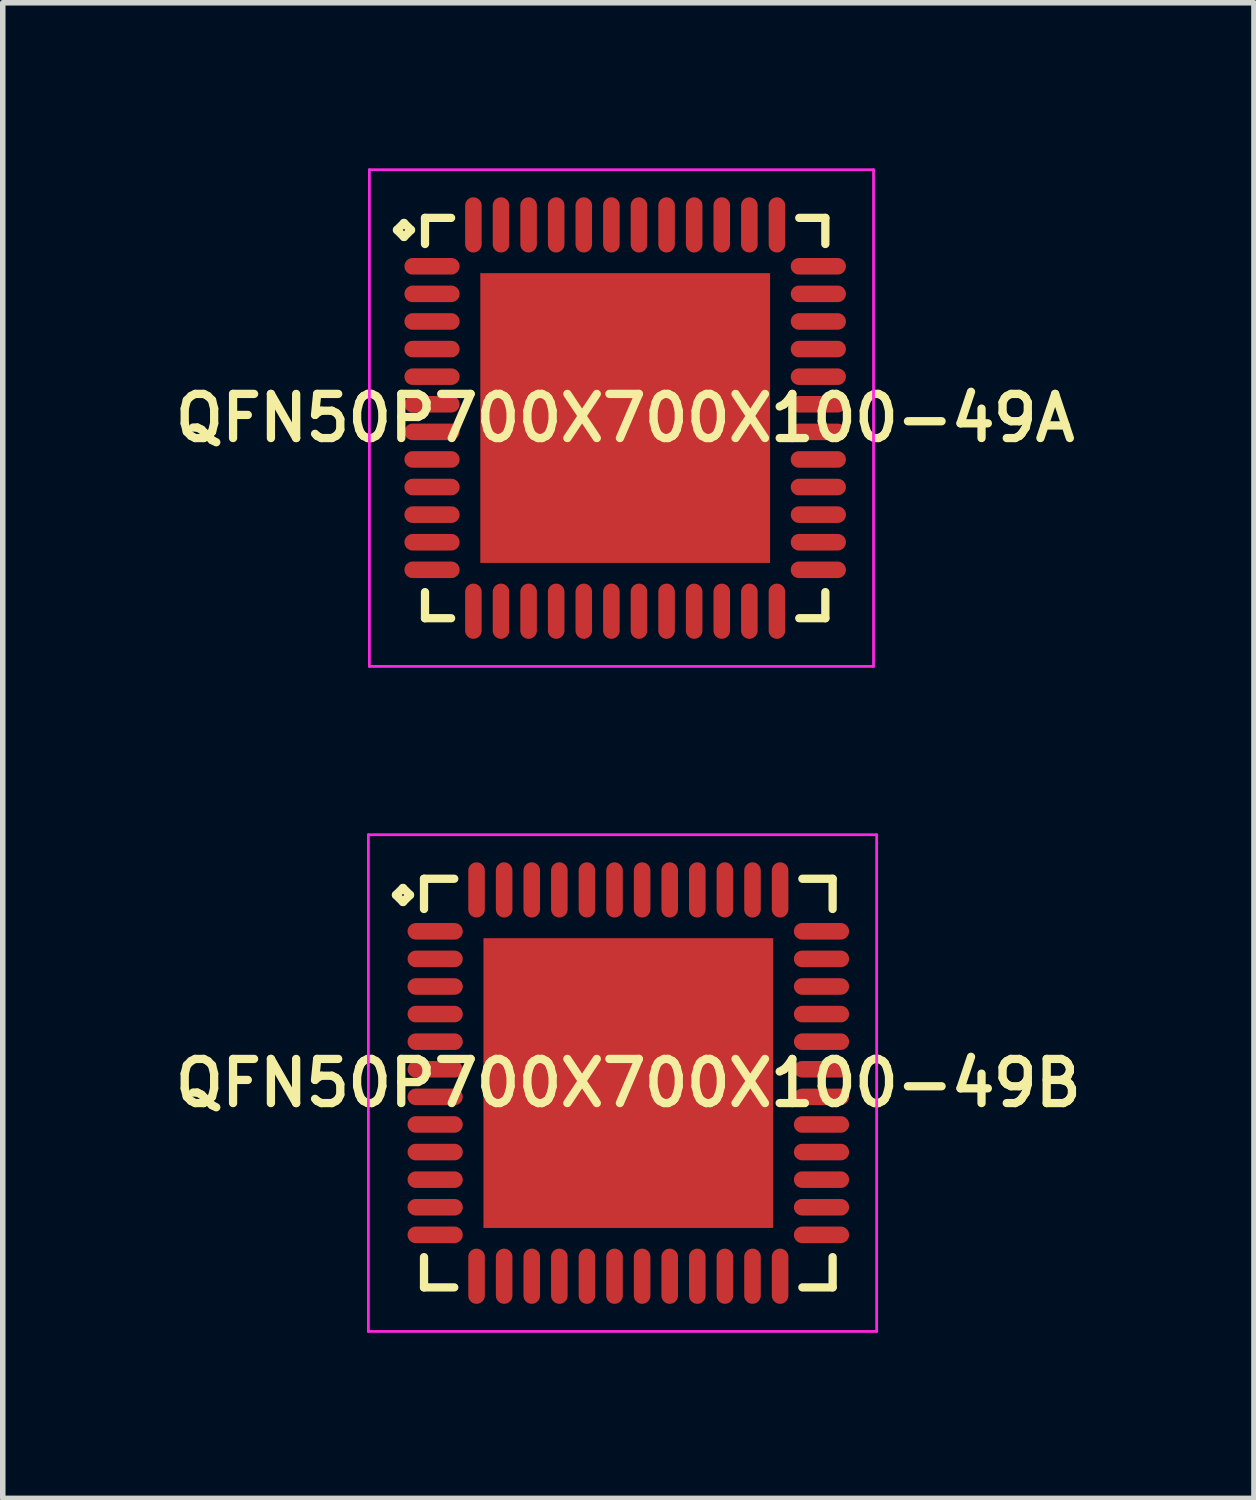
<source format=kicad_pcb>
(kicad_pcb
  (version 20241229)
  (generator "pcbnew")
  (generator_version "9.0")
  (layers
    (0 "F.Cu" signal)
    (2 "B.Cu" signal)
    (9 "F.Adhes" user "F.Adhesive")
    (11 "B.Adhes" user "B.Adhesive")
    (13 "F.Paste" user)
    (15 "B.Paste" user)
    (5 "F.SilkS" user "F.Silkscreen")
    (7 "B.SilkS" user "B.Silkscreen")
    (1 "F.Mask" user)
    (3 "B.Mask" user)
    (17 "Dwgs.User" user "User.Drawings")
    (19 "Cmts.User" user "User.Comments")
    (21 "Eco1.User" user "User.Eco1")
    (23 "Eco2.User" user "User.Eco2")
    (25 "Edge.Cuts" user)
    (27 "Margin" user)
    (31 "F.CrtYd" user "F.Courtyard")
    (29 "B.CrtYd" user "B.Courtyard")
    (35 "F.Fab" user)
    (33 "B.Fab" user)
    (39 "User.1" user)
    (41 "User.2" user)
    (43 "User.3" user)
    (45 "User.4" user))
  (footprint "QFN50P700X700X100-49A"
    (layer "F.Cu")
    (at 8.278 4.525)
    (property "Reference" "QFN50P700X700X100-49A" (at 0 0 0) (layer "F.SilkS") (effects (font (size 0.8 0.8) (thickness 0.15))))
    (attr smd)
    (fp_line (start -4.135 -3.408) (end -4.008 -3.535) (stroke (width 0.15) (type solid)) (layer "F.SilkS"))
    (fp_line (start -4.008 -3.535) (end -3.881 -3.408) (stroke (width 0.15) (type solid)) (layer "F.SilkS"))
    (fp_line (start -4.008 -3.281) (end -4.135 -3.408) (stroke (width 0.15) (type solid)) (layer "F.SilkS"))
    (fp_line (start -3.881 -3.408) (end -4.008 -3.281) (stroke (width 0.15) (type solid)) (layer "F.SilkS"))
    (fp_line (start -3.627 -3.627) (end -3.154 -3.627) (stroke (width 0.15) (type solid)) (layer "F.SilkS"))
    (fp_line (start -3.627 -3.154) (end -3.627 -3.627) (stroke (width 0.15) (type solid)) (layer "F.SilkS"))
    (fp_line (start -3.627 3.154) (end -3.627 3.627) (stroke (width 0.15) (type solid)) (layer "F.SilkS"))
    (fp_line (start -3.627 3.627) (end -3.154 3.627) (stroke (width 0.15) (type solid)) (layer "F.SilkS"))
    (fp_line (start 3.154 -3.627) (end 3.627 -3.627) (stroke (width 0.15) (type solid)) (layer "F.SilkS"))
    (fp_line (start 3.154 3.627) (end 3.627 3.627) (stroke (width 0.15) (type solid)) (layer "F.SilkS"))
    (fp_line (start 3.627 -3.627) (end 3.627 -3.154) (stroke (width 0.15) (type solid)) (layer "F.SilkS"))
    (fp_line (start 3.627 3.627) (end 3.627 3.154) (stroke (width 0.15) (type solid)) (layer "F.SilkS"))
    (fp_line (start -4.635 -4.5) (end 4.5 -4.5) (stroke (width 0.05) (type solid)) (layer "F.CrtYd"))
    (fp_line (start -4.635 4.5) (end -4.635 -4.5) (stroke (width 0.05) (type solid)) (layer "F.CrtYd"))
    (fp_line (start 4.5 -4.5) (end 4.5 4.5) (stroke (width 0.05) (type solid)) (layer "F.CrtYd"))
    (fp_line (start 4.5 4.5) (end -4.635 4.5) (stroke (width 0.05) (type solid)) (layer "F.CrtYd"))
    (pad "1" smd oval (at -3.5 -2.75) (size 1 0.3) (layers "F.Cu" "F.Mask" "F.Paste"))
    (pad "2" smd oval (at -3.5 -2.25) (size 1 0.3) (layers "F.Cu" "F.Mask" "F.Paste"))
    (pad "3" smd oval (at -3.5 -1.75) (size 1 0.3) (layers "F.Cu" "F.Mask" "F.Paste"))
    (pad "4" smd oval (at -3.5 -1.25) (size 1 0.3) (layers "F.Cu" "F.Mask" "F.Paste"))
    (pad "5" smd oval (at -3.5 -0.75) (size 1 0.3) (layers "F.Cu" "F.Mask" "F.Paste"))
    (pad "6" smd oval (at -3.5 -0.25) (size 1 0.3) (layers "F.Cu" "F.Mask" "F.Paste"))
    (pad "7" smd oval (at -3.5 0.25) (size 1 0.3) (layers "F.Cu" "F.Mask" "F.Paste"))
    (pad "8" smd oval (at -3.5 0.75) (size 1 0.3) (layers "F.Cu" "F.Mask" "F.Paste"))
    (pad "9" smd oval (at -3.5 1.25) (size 1 0.3) (layers "F.Cu" "F.Mask" "F.Paste"))
    (pad "10" smd oval (at -3.5 1.75) (size 1 0.3) (layers "F.Cu" "F.Mask" "F.Paste"))
    (pad "11" smd oval (at -3.5 2.25) (size 1 0.3) (layers "F.Cu" "F.Mask" "F.Paste"))
    (pad "12" smd oval (at -3.5 2.75) (size 1 0.3) (layers "F.Cu" "F.Mask" "F.Paste"))
    (pad "13" smd oval (at -2.75 3.5) (size 0.3 1) (layers "F.Cu" "F.Mask" "F.Paste"))
    (pad "14" smd oval (at -2.25 3.5) (size 0.3 1) (layers "F.Cu" "F.Mask" "F.Paste"))
    (pad "15" smd oval (at -1.75 3.5) (size 0.3 1) (layers "F.Cu" "F.Mask" "F.Paste"))
    (pad "16" smd oval (at -1.25 3.5) (size 0.3 1) (layers "F.Cu" "F.Mask" "F.Paste"))
    (pad "17" smd oval (at -0.75 3.5) (size 0.3 1) (layers "F.Cu" "F.Mask" "F.Paste"))
    (pad "18" smd oval (at -0.25 3.5) (size 0.3 1) (layers "F.Cu" "F.Mask" "F.Paste"))
    (pad "19" smd oval (at 0.25 3.5) (size 0.3 1) (layers "F.Cu" "F.Mask" "F.Paste"))
    (pad "20" smd oval (at 0.75 3.5) (size 0.3 1) (layers "F.Cu" "F.Mask" "F.Paste"))
    (pad "21" smd oval (at 1.25 3.5) (size 0.3 1) (layers "F.Cu" "F.Mask" "F.Paste"))
    (pad "22" smd oval (at 1.75 3.5) (size 0.3 1) (layers "F.Cu" "F.Mask" "F.Paste"))
    (pad "23" smd oval (at 2.25 3.5) (size 0.3 1) (layers "F.Cu" "F.Mask" "F.Paste"))
    (pad "24" smd oval (at 2.75 3.5) (size 0.3 1) (layers "F.Cu" "F.Mask" "F.Paste"))
    (pad "25" smd oval (at 3.5 2.75) (size 1 0.3) (layers "F.Cu" "F.Mask" "F.Paste"))
    (pad "26" smd oval (at 3.5 2.25) (size 1 0.3) (layers "F.Cu" "F.Mask" "F.Paste"))
    (pad "27" smd oval (at 3.5 1.75) (size 1 0.3) (layers "F.Cu" "F.Mask" "F.Paste"))
    (pad "28" smd oval (at 3.5 1.25) (size 1 0.3) (layers "F.Cu" "F.Mask" "F.Paste"))
    (pad "29" smd oval (at 3.5 0.75) (size 1 0.3) (layers "F.Cu" "F.Mask" "F.Paste"))
    (pad "30" smd oval (at 3.5 0.25) (size 1 0.3) (layers "F.Cu" "F.Mask" "F.Paste"))
    (pad "31" smd oval (at 3.5 -0.25) (size 1 0.3) (layers "F.Cu" "F.Mask" "F.Paste"))
    (pad "32" smd oval (at 3.5 -0.75) (size 1 0.3) (layers "F.Cu" "F.Mask" "F.Paste"))
    (pad "33" smd oval (at 3.5 -1.25) (size 1 0.3) (layers "F.Cu" "F.Mask" "F.Paste"))
    (pad "34" smd oval (at 3.5 -1.75) (size 1 0.3) (layers "F.Cu" "F.Mask" "F.Paste"))
    (pad "35" smd oval (at 3.5 -2.25) (size 1 0.3) (layers "F.Cu" "F.Mask" "F.Paste"))
    (pad "36" smd oval (at 3.5 -2.75) (size 1 0.3) (layers "F.Cu" "F.Mask" "F.Paste"))
    (pad "37" smd oval (at 2.75 -3.5) (size 0.3 1) (layers "F.Cu" "F.Mask" "F.Paste"))
    (pad "38" smd oval (at 2.25 -3.5) (size 0.3 1) (layers "F.Cu" "F.Mask" "F.Paste"))
    (pad "39" smd oval (at 1.75 -3.5) (size 0.3 1) (layers "F.Cu" "F.Mask" "F.Paste"))
    (pad "40" smd oval (at 1.25 -3.5) (size 0.3 1) (layers "F.Cu" "F.Mask" "F.Paste"))
    (pad "41" smd oval (at 0.75 -3.5) (size 0.3 1) (layers "F.Cu" "F.Mask" "F.Paste"))
    (pad "42" smd oval (at 0.25 -3.5) (size 0.3 1) (layers "F.Cu" "F.Mask" "F.Paste"))
    (pad "43" smd oval (at -0.25 -3.5) (size 0.3 1) (layers "F.Cu" "F.Mask" "F.Paste"))
    (pad "44" smd oval (at -0.75 -3.5) (size 0.3 1) (layers "F.Cu" "F.Mask" "F.Paste"))
    (pad "45" smd oval (at -1.25 -3.5) (size 0.3 1) (layers "F.Cu" "F.Mask" "F.Paste"))
    (pad "46" smd oval (at -1.75 -3.5) (size 0.3 1) (layers "F.Cu" "F.Mask" "F.Paste"))
    (pad "47" smd oval (at -2.25 -3.5) (size 0.3 1) (layers "F.Cu" "F.Mask" "F.Paste"))
    (pad "48" smd oval (at -2.75 -3.5) (size 0.3 1) (layers "F.Cu" "F.Mask" "F.Paste"))
    (pad "49" smd rect (at 0 0) (size 5.25 5.25) (layers "F.Cu" "F.Mask" "F.Paste")))
  (footprint "QFN50P700X700X100-49B"
    (layer "F.Cu")
    (at 8.335 16.575)
    (property "Reference" "QFN50P700X700X100-49B" (at 0 0 0) (layer "F.SilkS") (effects (font (size 0.8 0.8) (thickness 0.15))))
    (attr smd)
    (fp_line (start -4.21 -3.408) (end -4.083 -3.535) (stroke (width 0.15) (type solid)) (layer "F.SilkS"))
    (fp_line (start -4.083 -3.535) (end -3.956 -3.408) (stroke (width 0.15) (type solid)) (layer "F.SilkS"))
    (fp_line (start -4.083 -3.281) (end -4.21 -3.408) (stroke (width 0.15) (type solid)) (layer "F.SilkS"))
    (fp_line (start -3.956 -3.408) (end -4.083 -3.281) (stroke (width 0.15) (type solid)) (layer "F.SilkS"))
    (fp_line (start -3.702 -3.702) (end -3.154 -3.702) (stroke (width 0.15) (type solid)) (layer "F.SilkS"))
    (fp_line (start -3.702 -3.154) (end -3.702 -3.702) (stroke (width 0.15) (type solid)) (layer "F.SilkS"))
    (fp_line (start -3.702 3.154) (end -3.702 3.702) (stroke (width 0.15) (type solid)) (layer "F.SilkS"))
    (fp_line (start -3.702 3.702) (end -3.154 3.702) (stroke (width 0.15) (type solid)) (layer "F.SilkS"))
    (fp_line (start 3.154 -3.702) (end 3.702 -3.702) (stroke (width 0.15) (type solid)) (layer "F.SilkS"))
    (fp_line (start 3.154 3.702) (end 3.702 3.702) (stroke (width 0.15) (type solid)) (layer "F.SilkS"))
    (fp_line (start 3.702 -3.702) (end 3.702 -3.154) (stroke (width 0.15) (type solid)) (layer "F.SilkS"))
    (fp_line (start 3.702 3.702) (end 3.702 3.154) (stroke (width 0.15) (type solid)) (layer "F.SilkS"))
    (fp_line (start -4.71 -4.5) (end 4.5 -4.5) (stroke (width 0.05) (type solid)) (layer "F.CrtYd"))
    (fp_line (start -4.71 4.5) (end -4.71 -4.5) (stroke (width 0.05) (type solid)) (layer "F.CrtYd"))
    (fp_line (start 4.5 -4.5) (end 4.5 4.5) (stroke (width 0.05) (type solid)) (layer "F.CrtYd"))
    (fp_line (start 4.5 4.5) (end -4.71 4.5) (stroke (width 0.05) (type solid)) (layer "F.CrtYd"))
    (pad "1" smd oval (at -3.5 -2.75) (size 1 0.3) (layers "F.Cu" "F.Mask" "F.Paste"))
    (pad "2" smd oval (at -3.5 -2.25) (size 1 0.3) (layers "F.Cu" "F.Mask" "F.Paste"))
    (pad "3" smd oval (at -3.5 -1.75) (size 1 0.3) (layers "F.Cu" "F.Mask" "F.Paste"))
    (pad "4" smd oval (at -3.5 -1.25) (size 1 0.3) (layers "F.Cu" "F.Mask" "F.Paste"))
    (pad "5" smd oval (at -3.5 -0.75) (size 1 0.3) (layers "F.Cu" "F.Mask" "F.Paste"))
    (pad "6" smd oval (at -3.5 -0.25) (size 1 0.3) (layers "F.Cu" "F.Mask" "F.Paste"))
    (pad "7" smd oval (at -3.5 0.25) (size 1 0.3) (layers "F.Cu" "F.Mask" "F.Paste"))
    (pad "8" smd oval (at -3.5 0.75) (size 1 0.3) (layers "F.Cu" "F.Mask" "F.Paste"))
    (pad "9" smd oval (at -3.5 1.25) (size 1 0.3) (layers "F.Cu" "F.Mask" "F.Paste"))
    (pad "10" smd oval (at -3.5 1.75) (size 1 0.3) (layers "F.Cu" "F.Mask" "F.Paste"))
    (pad "11" smd oval (at -3.5 2.25) (size 1 0.3) (layers "F.Cu" "F.Mask" "F.Paste"))
    (pad "12" smd oval (at -3.5 2.75) (size 1 0.3) (layers "F.Cu" "F.Mask" "F.Paste"))
    (pad "13" smd oval (at -2.75 3.5) (size 0.3 1) (layers "F.Cu" "F.Mask" "F.Paste"))
    (pad "14" smd oval (at -2.25 3.5) (size 0.3 1) (layers "F.Cu" "F.Mask" "F.Paste"))
    (pad "15" smd oval (at -1.75 3.5) (size 0.3 1) (layers "F.Cu" "F.Mask" "F.Paste"))
    (pad "16" smd oval (at -1.25 3.5) (size 0.3 1) (layers "F.Cu" "F.Mask" "F.Paste"))
    (pad "17" smd oval (at -0.75 3.5) (size 0.3 1) (layers "F.Cu" "F.Mask" "F.Paste"))
    (pad "18" smd oval (at -0.25 3.5) (size 0.3 1) (layers "F.Cu" "F.Mask" "F.Paste"))
    (pad "19" smd oval (at 0.25 3.5) (size 0.3 1) (layers "F.Cu" "F.Mask" "F.Paste"))
    (pad "20" smd oval (at 0.75 3.5) (size 0.3 1) (layers "F.Cu" "F.Mask" "F.Paste"))
    (pad "21" smd oval (at 1.25 3.5) (size 0.3 1) (layers "F.Cu" "F.Mask" "F.Paste"))
    (pad "22" smd oval (at 1.75 3.5) (size 0.3 1) (layers "F.Cu" "F.Mask" "F.Paste"))
    (pad "23" smd oval (at 2.25 3.5) (size 0.3 1) (layers "F.Cu" "F.Mask" "F.Paste"))
    (pad "24" smd oval (at 2.75 3.5) (size 0.3 1) (layers "F.Cu" "F.Mask" "F.Paste"))
    (pad "25" smd oval (at 3.5 2.75) (size 1 0.3) (layers "F.Cu" "F.Mask" "F.Paste"))
    (pad "26" smd oval (at 3.5 2.25) (size 1 0.3) (layers "F.Cu" "F.Mask" "F.Paste"))
    (pad "27" smd oval (at 3.5 1.75) (size 1 0.3) (layers "F.Cu" "F.Mask" "F.Paste"))
    (pad "28" smd oval (at 3.5 1.25) (size 1 0.3) (layers "F.Cu" "F.Mask" "F.Paste"))
    (pad "29" smd oval (at 3.5 0.75) (size 1 0.3) (layers "F.Cu" "F.Mask" "F.Paste"))
    (pad "30" smd oval (at 3.5 0.25) (size 1 0.3) (layers "F.Cu" "F.Mask" "F.Paste"))
    (pad "31" smd oval (at 3.5 -0.25) (size 1 0.3) (layers "F.Cu" "F.Mask" "F.Paste"))
    (pad "32" smd oval (at 3.5 -0.75) (size 1 0.3) (layers "F.Cu" "F.Mask" "F.Paste"))
    (pad "33" smd oval (at 3.5 -1.25) (size 1 0.3) (layers "F.Cu" "F.Mask" "F.Paste"))
    (pad "34" smd oval (at 3.5 -1.75) (size 1 0.3) (layers "F.Cu" "F.Mask" "F.Paste"))
    (pad "35" smd oval (at 3.5 -2.25) (size 1 0.3) (layers "F.Cu" "F.Mask" "F.Paste"))
    (pad "36" smd oval (at 3.5 -2.75) (size 1 0.3) (layers "F.Cu" "F.Mask" "F.Paste"))
    (pad "37" smd oval (at 2.75 -3.5) (size 0.3 1) (layers "F.Cu" "F.Mask" "F.Paste"))
    (pad "38" smd oval (at 2.25 -3.5) (size 0.3 1) (layers "F.Cu" "F.Mask" "F.Paste"))
    (pad "39" smd oval (at 1.75 -3.5) (size 0.3 1) (layers "F.Cu" "F.Mask" "F.Paste"))
    (pad "40" smd oval (at 1.25 -3.5) (size 0.3 1) (layers "F.Cu" "F.Mask" "F.Paste"))
    (pad "41" smd oval (at 0.75 -3.5) (size 0.3 1) (layers "F.Cu" "F.Mask" "F.Paste"))
    (pad "42" smd oval (at 0.25 -3.5) (size 0.3 1) (layers "F.Cu" "F.Mask" "F.Paste"))
    (pad "43" smd oval (at -0.25 -3.5) (size 0.3 1) (layers "F.Cu" "F.Mask" "F.Paste"))
    (pad "44" smd oval (at -0.75 -3.5) (size 0.3 1) (layers "F.Cu" "F.Mask" "F.Paste"))
    (pad "45" smd oval (at -1.25 -3.5) (size 0.3 1) (layers "F.Cu" "F.Mask" "F.Paste"))
    (pad "46" smd oval (at -1.75 -3.5) (size 0.3 1) (layers "F.Cu" "F.Mask" "F.Paste"))
    (pad "47" smd oval (at -2.25 -3.5) (size 0.3 1) (layers "F.Cu" "F.Mask" "F.Paste"))
    (pad "48" smd oval (at -2.75 -3.5) (size 0.3 1) (layers "F.Cu" "F.Mask" "F.Paste"))
    (pad "49" smd rect (at 0 0) (size 5.25 5.25) (layers "F.Cu" "F.Mask" "F.Paste")))
  (gr_rect
    (start -3 -3)
    (end 19.671 24.1)
    (stroke (width 0.1) (type default))
    (fill no)
    (layer "Edge.Cuts")))
</source>
